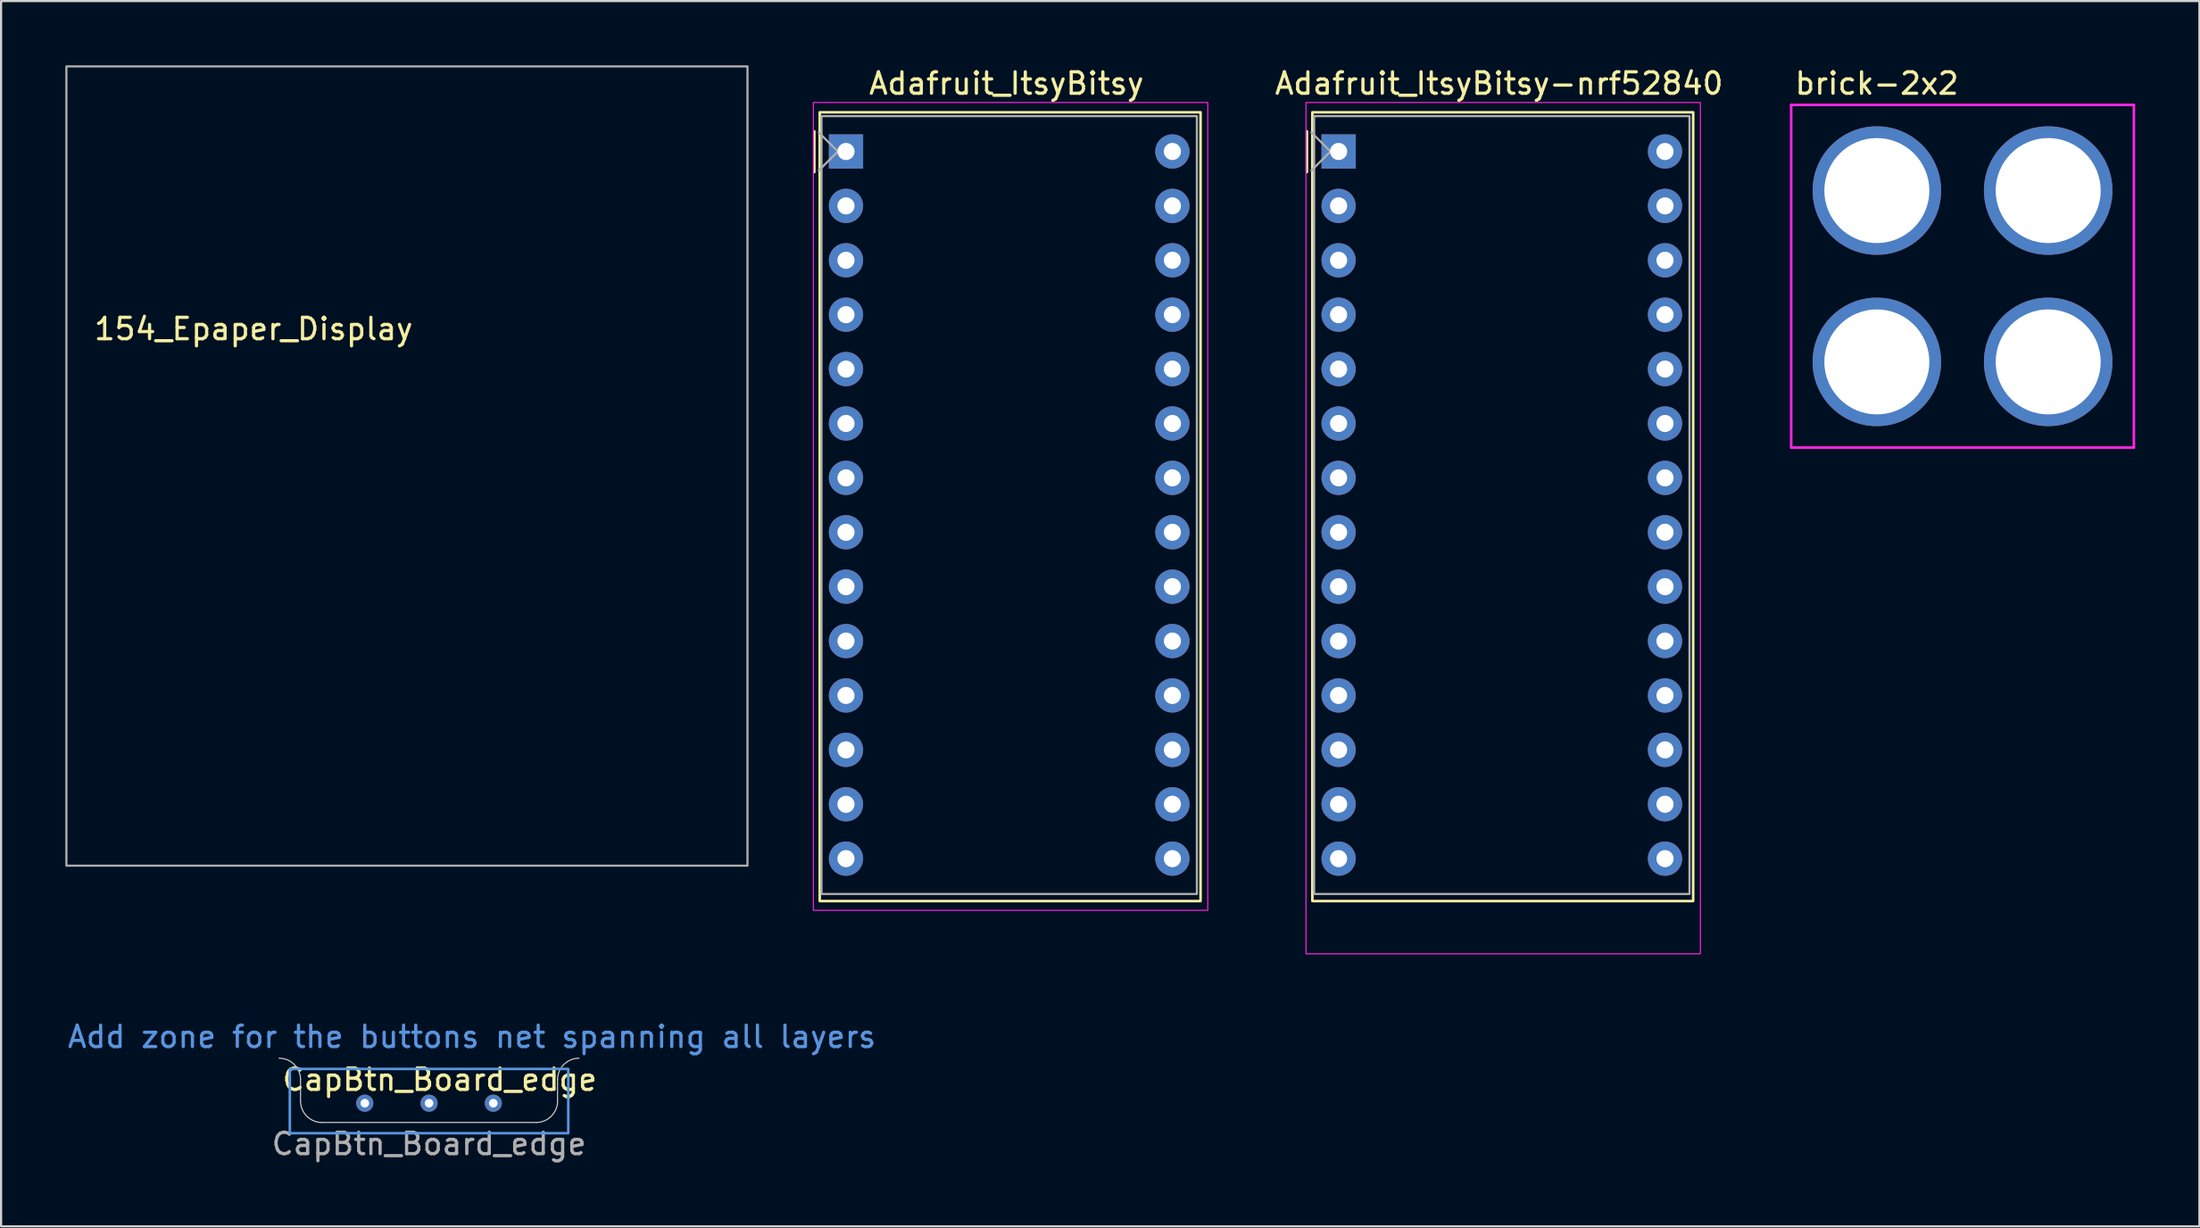
<source format=kicad_pcb>
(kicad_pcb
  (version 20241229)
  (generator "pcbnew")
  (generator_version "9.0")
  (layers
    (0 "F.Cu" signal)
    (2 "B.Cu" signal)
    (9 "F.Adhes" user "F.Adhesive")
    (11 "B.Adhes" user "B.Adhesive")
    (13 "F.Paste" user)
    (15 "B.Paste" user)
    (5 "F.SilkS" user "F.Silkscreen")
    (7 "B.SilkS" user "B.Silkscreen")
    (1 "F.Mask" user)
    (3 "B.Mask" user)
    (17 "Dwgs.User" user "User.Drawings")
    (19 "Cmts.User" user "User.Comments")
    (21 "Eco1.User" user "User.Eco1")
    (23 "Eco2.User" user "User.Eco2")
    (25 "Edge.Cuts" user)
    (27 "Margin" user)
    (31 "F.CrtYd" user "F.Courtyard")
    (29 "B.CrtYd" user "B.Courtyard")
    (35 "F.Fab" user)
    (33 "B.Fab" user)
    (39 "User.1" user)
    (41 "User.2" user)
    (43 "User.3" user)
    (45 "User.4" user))
  (footprint "Adafruit_ItsyBitsy"
    (layer "F.Cu")
    (at 36.449 4.023)
    (property "Reference" "Adafruit_ItsyBitsy" (at 7.493 -3.175 0) (layer "F.SilkS") (effects (font (size 1 1) (thickness 0.15))))
    (attr through_hole)
    (fp_line (start -1.479 -0.941) (end -1.479 0.964) (stroke (width 0.12) (type solid)) (layer "F.SilkS"))
    (fp_rect (start -1.225 -1.83) (end 16.555 35) (stroke (width 0.12) (type solid)) (fill no) (layer "F.SilkS"))
    (fp_rect (start -1.524 -2.286) (end 16.891 35.433) (stroke (width 0.05) (type solid)) (fill no) (layer "F.CrtYd"))
    (fp_line (start -1.27 -0.889) (end -0.381 0) (stroke (width 0.1) (type solid)) (layer "F.Fab"))
    (fp_line (start -0.381 0) (end -1.27 0.889) (stroke (width 0.1) (type solid)) (layer "F.Fab"))
    (fp_rect (start 16.383 34.671) (end -1.143 -1.651) (stroke (width 0.1) (type solid)) (fill no) (layer "F.Fab"))
    (pad "1" thru_hole rect (at 0 0 180) (size 1.6 1.6) (drill 0.8) (layers "*.Cu" "*.Mask"))
    (pad "2" thru_hole circle (at 0 2.54 270) (size 1.6 1.6) (drill 0.8) (layers "*.Cu" "*.Mask"))
    (pad "3" thru_hole circle (at 0 5.08 270) (size 1.6 1.6) (drill 0.8) (layers "*.Cu" "*.Mask"))
    (pad "4" thru_hole circle (at 0 7.62 270) (size 1.6 1.6) (drill 0.8) (layers "*.Cu" "*.Mask"))
    (pad "5" thru_hole circle (at 0 10.16 270) (size 1.6 1.6) (drill 0.8) (layers "*.Cu" "*.Mask"))
    (pad "6" thru_hole circle (at 0 12.7 270) (size 1.6 1.6) (drill 0.8) (layers "*.Cu" "*.Mask"))
    (pad "7" thru_hole circle (at 0 15.24 270) (size 1.6 1.6) (drill 0.8) (layers "*.Cu" "*.Mask"))
    (pad "8" thru_hole circle (at 0 17.78 270) (size 1.6 1.6) (drill 0.8) (layers "*.Cu" "*.Mask"))
    (pad "9" thru_hole circle (at 0 20.32 270) (size 1.6 1.6) (drill 0.8) (layers "*.Cu" "*.Mask"))
    (pad "10" thru_hole circle (at 0 22.86 270) (size 1.6 1.6) (drill 0.8) (layers "*.Cu" "*.Mask"))
    (pad "11" thru_hole circle (at 0 25.4 270) (size 1.6 1.6) (drill 0.8) (layers "*.Cu" "*.Mask"))
    (pad "12" thru_hole circle (at 0 27.94 270) (size 1.6 1.6) (drill 0.8) (layers "*.Cu" "*.Mask"))
    (pad "13" thru_hole circle (at 0 30.48 270) (size 1.6 1.6) (drill 0.8) (layers "*.Cu" "*.Mask"))
    (pad "14" thru_hole circle (at 15.24 33.02 270) (size 1.6 1.6) (drill 0.8) (layers "*.Cu" "*.Mask"))
    (pad "15" thru_hole circle (at 15.24 30.48 270) (size 1.6 1.6) (drill 0.8) (layers "*.Cu" "*.Mask"))
    (pad "16" thru_hole circle (at 0 33.02 270) (size 1.6 1.6) (drill 0.8) (layers "*.Cu" "*.Mask"))
    (pad "17" thru_hole circle (at 15.24 27.94 270) (size 1.6 1.6) (drill 0.8) (layers "*.Cu" "*.Mask"))
    (pad "18" thru_hole circle (at 15.24 25.4 270) (size 1.6 1.6) (drill 0.8) (layers "*.Cu" "*.Mask"))
    (pad "19" thru_hole circle (at 15.24 22.86 270) (size 1.6 1.6) (drill 0.8) (layers "*.Cu" "*.Mask"))
    (pad "20" thru_hole circle (at 15.24 20.32 270) (size 1.6 1.6) (drill 0.8) (layers "*.Cu" "*.Mask"))
    (pad "21" thru_hole circle (at 15.24 17.78 270) (size 1.6 1.6) (drill 0.8) (layers "*.Cu" "*.Mask"))
    (pad "22" thru_hole circle (at 15.24 15.24 270) (size 1.6 1.6) (drill 0.8) (layers "*.Cu" "*.Mask"))
    (pad "23" thru_hole circle (at 15.24 12.7 270) (size 1.6 1.6) (drill 0.8) (layers "*.Cu" "*.Mask"))
    (pad "24" thru_hole circle (at 15.24 10.16 270) (size 1.6 1.6) (drill 0.8) (layers "*.Cu" "*.Mask"))
    (pad "25" thru_hole circle (at 15.24 7.62 270) (size 1.6 1.6) (drill 0.8) (layers "*.Cu" "*.Mask"))
    (pad "26" thru_hole circle (at 15.24 5.08 270) (size 1.6 1.6) (drill 0.8) (layers "*.Cu" "*.Mask"))
    (pad "27" thru_hole circle (at 15.24 2.54 270) (size 1.6 1.6) (drill 0.8) (layers "*.Cu" "*.Mask"))
    (pad "28" thru_hole circle (at 15.24 0 270) (size 1.6 1.6) (drill 0.8) (layers "*.Cu" "*.Mask")))
  (footprint "brick-2x2"
    (layer "F.Cu")
    (at 84.58 5.848)
    (property "Reference" "brick-2x2" (at 0 -5 0) (layer "F.SilkS") (effects (font (size 1 1) (thickness 0.15))))
    (attr through_hole)
    (fp_line (start -4 -4) (end 12 -4) (stroke (width 0.12) (type solid)) (layer "F.CrtYd"))
    (fp_line (start -4 12) (end -4 -4) (stroke (width 0.12) (type solid)) (layer "F.CrtYd"))
    (fp_line (start 12 -4) (end 12 12) (stroke (width 0.12) (type solid)) (layer "F.CrtYd"))
    (fp_line (start 12 12) (end -4 12) (stroke (width 0.12) (type solid)) (layer "F.CrtYd"))
    (pad "1" thru_hole circle (at 0 0) (size 6 6) (drill 4.9) (layers "*.Cu" "*.Mask"))
    (pad "2" thru_hole circle (at 0 8) (size 6 6) (drill 4.9) (layers "*.Cu" "*.Mask"))
    (pad "3" thru_hole circle (at 8 0) (size 6 6) (drill 4.9) (layers "*.Cu" "*.Mask"))
    (pad "4" thru_hole circle (at 8 8) (size 6 6) (drill 4.9) (layers "*.Cu" "*.Mask")))
  (footprint "154_Epaper_Display"
    (layer "F.Cu")
    (at 15.91 19.12)
    (property "Reference" "154_Epaper_Display" (at -7.12 -6.81 0) (layer "F.SilkS") (effects (font (size 1 1) (thickness 0.15))))
    (attr exclude_from_pos_files exclude_from_bom)
    (fp_poly (pts (xy 15.94 18.25) (xy -15.86 18.25) (xy -15.86 -19.07) (xy 15.94 -19.07)) (stroke (width 0.1) (type solid)) (fill no) (layer "F.Fab")))
  (footprint "Adafruit_ItsyBitsy-nrf52840"
    (layer "F.Cu")
    (at 59.449 4.023)
    (property "Reference" "Adafruit_ItsyBitsy-nrf52840" (at 7.493 -3.175 0) (layer "F.SilkS") (effects (font (size 1 1) (thickness 0.15))))
    (attr through_hole)
    (fp_line (start -1.479 -0.941) (end -1.479 0.964) (stroke (width 0.12) (type solid)) (layer "F.SilkS"))
    (fp_rect (start -1.225 -1.83) (end 16.555 35) (stroke (width 0.12) (type solid)) (fill no) (layer "F.SilkS"))
    (fp_rect (start -1.524 -2.286) (end 16.891 37.465) (stroke (width 0.05) (type solid)) (fill no) (layer "F.CrtYd"))
    (fp_line (start -1.27 -0.889) (end -0.381 0) (stroke (width 0.1) (type solid)) (layer "F.Fab"))
    (fp_line (start -0.381 0) (end -1.27 0.889) (stroke (width 0.1) (type solid)) (layer "F.Fab"))
    (fp_rect (start 16.383 34.671) (end -1.143 -1.651) (stroke (width 0.1) (type solid)) (fill no) (layer "F.Fab"))
    (pad "1" thru_hole rect (at 0 0 180) (size 1.6 1.6) (drill 0.8) (layers "*.Cu" "*.Mask"))
    (pad "2" thru_hole circle (at 0 2.54 270) (size 1.6 1.6) (drill 0.8) (layers "*.Cu" "*.Mask"))
    (pad "3" thru_hole circle (at 0 5.08 270) (size 1.6 1.6) (drill 0.8) (layers "*.Cu" "*.Mask"))
    (pad "4" thru_hole circle (at 0 7.62 270) (size 1.6 1.6) (drill 0.8) (layers "*.Cu" "*.Mask"))
    (pad "5" thru_hole circle (at 0 10.16 270) (size 1.6 1.6) (drill 0.8) (layers "*.Cu" "*.Mask"))
    (pad "6" thru_hole circle (at 0 12.7 270) (size 1.6 1.6) (drill 0.8) (layers "*.Cu" "*.Mask"))
    (pad "7" thru_hole circle (at 0 15.24 270) (size 1.6 1.6) (drill 0.8) (layers "*.Cu" "*.Mask"))
    (pad "8" thru_hole circle (at 0 17.78 270) (size 1.6 1.6) (drill 0.8) (layers "*.Cu" "*.Mask"))
    (pad "9" thru_hole circle (at 0 20.32 270) (size 1.6 1.6) (drill 0.8) (layers "*.Cu" "*.Mask"))
    (pad "10" thru_hole circle (at 0 22.86 270) (size 1.6 1.6) (drill 0.8) (layers "*.Cu" "*.Mask"))
    (pad "11" thru_hole circle (at 0 25.4 270) (size 1.6 1.6) (drill 0.8) (layers "*.Cu" "*.Mask"))
    (pad "12" thru_hole circle (at 0 27.94 270) (size 1.6 1.6) (drill 0.8) (layers "*.Cu" "*.Mask"))
    (pad "13" thru_hole circle (at 0 30.48 270) (size 1.6 1.6) (drill 0.8) (layers "*.Cu" "*.Mask"))
    (pad "14" thru_hole circle (at 15.24 33.02 270) (size 1.6 1.6) (drill 0.8) (layers "*.Cu" "*.Mask"))
    (pad "15" thru_hole circle (at 15.24 30.48 270) (size 1.6 1.6) (drill 0.8) (layers "*.Cu" "*.Mask"))
    (pad "16" thru_hole circle (at 0 33.02 270) (size 1.6 1.6) (drill 0.8) (layers "*.Cu" "*.Mask"))
    (pad "17" thru_hole circle (at 15.24 27.94 270) (size 1.6 1.6) (drill 0.8) (layers "*.Cu" "*.Mask"))
    (pad "18" thru_hole circle (at 15.24 25.4 270) (size 1.6 1.6) (drill 0.8) (layers "*.Cu" "*.Mask"))
    (pad "19" thru_hole circle (at 15.24 22.86 270) (size 1.6 1.6) (drill 0.8) (layers "*.Cu" "*.Mask"))
    (pad "20" thru_hole circle (at 15.24 20.32 270) (size 1.6 1.6) (drill 0.8) (layers "*.Cu" "*.Mask"))
    (pad "21" thru_hole circle (at 15.24 17.78 270) (size 1.6 1.6) (drill 0.8) (layers "*.Cu" "*.Mask"))
    (pad "22" thru_hole circle (at 15.24 15.24 270) (size 1.6 1.6) (drill 0.8) (layers "*.Cu" "*.Mask"))
    (pad "23" thru_hole circle (at 15.24 12.7 270) (size 1.6 1.6) (drill 0.8) (layers "*.Cu" "*.Mask"))
    (pad "24" thru_hole circle (at 15.24 10.16 270) (size 1.6 1.6) (drill 0.8) (layers "*.Cu" "*.Mask"))
    (pad "25" thru_hole circle (at 15.24 7.62 270) (size 1.6 1.6) (drill 0.8) (layers "*.Cu" "*.Mask"))
    (pad "26" thru_hole circle (at 15.24 5.08 270) (size 1.6 1.6) (drill 0.8) (layers "*.Cu" "*.Mask"))
    (pad "27" thru_hole circle (at 15.24 2.54 270) (size 1.6 1.6) (drill 0.8) (layers "*.Cu" "*.Mask"))
    (pad "28" thru_hole circle (at 15.24 0 270) (size 1.6 1.6) (drill 0.8) (layers "*.Cu" "*.Mask"))
    (zone (net_name "") (layer "F.CrtYd") (name "Keep Out Zone") (hatch edge 0.508) (connect_pads) (min_thickness 0.254) (filled_areas_thickness no) (keepout (tracks not_allowed) (vias not_allowed) (pads not_allowed) (copperpour not_allowed) (footprints not_allowed)) (placement (enabled no)) (fill) (polygon (pts (xy 73.292 41.361) (xy 60.592 41.488) (xy 60.592 33.36) (xy 73.292 33.36)))))
  (footprint "CapBtn_Board_edge"
    (layer "F.Cu")
    (at 16.982 47.861)
    (property "Reference" "CapBtn_Board_edge" (at 0.5 -0.5 0) (unlocked yes) (layer "F.SilkS") (effects (font (size 1 1) (thickness 0.15))))
    (attr smd)
    (fp_rect (start -6.5 -1) (end 6.5 2) (stroke (width 0.12) (type solid)) (fill no) (layer "Cmts.User"))
    (fp_line (start -6 -0.5) (end -6 0.5) (stroke (width 0.05) (type solid)) (layer "Edge.Cuts"))
    (fp_line (start 5 1.5) (end -5 1.5) (stroke (width 0.05) (type solid)) (layer "Edge.Cuts"))
    (fp_line (start 6 -0.5) (end 6 0.5) (stroke (width 0.05) (type solid)) (layer "Edge.Cuts"))
    (fp_arc (start -7 -1.5) (mid -6.292893 -1.207107) (end -6 -0.5) (stroke (width 0.05) (type solid)) (layer "Edge.Cuts"))
    (fp_arc (start -5 1.5) (mid -5.707107 1.207107) (end -6 0.5) (stroke (width 0.05) (type solid)) (layer "Edge.Cuts"))
    (fp_arc (start 6 -0.5) (mid 6.292893 -1.207107) (end 7 -1.5) (stroke (width 0.05) (type solid)) (layer "Edge.Cuts"))
    (fp_arc (start 6 0.5) (mid 5.707107 1.207107) (end 5 1.5) (stroke (width 0.05) (type solid)) (layer "Edge.Cuts"))
    (fp_text user "Add zone for the buttons net spanning all layers" (at 2 -2.5 0) (unlocked yes) (layer "Cmts.User") (effects (font (size 1 1) (thickness 0.15))))
    (fp_text user "${REFERENCE}" (at 0 2.5 0) (unlocked yes) (layer "F.Fab") (effects (font (size 1 1) (thickness 0.15))))
    (pad "1" thru_hole circle (at -3 0.6) (size 0.8 0.8) (drill 0.4) (layers "*.Cu"))
    (pad "1" thru_hole circle (at 0 0.6) (size 0.8 0.8) (drill 0.4) (layers "*.Cu"))
    (pad "1" thru_hole circle (at 3 0.6) (size 0.8 0.8) (drill 0.4) (layers "*.Cu")))
  (gr_rect
    (start -3 -3)
    (end 99.64 54.21)
    (stroke (width 0.1) (type default))
    (fill no)
    (layer "Edge.Cuts")))
</source>
